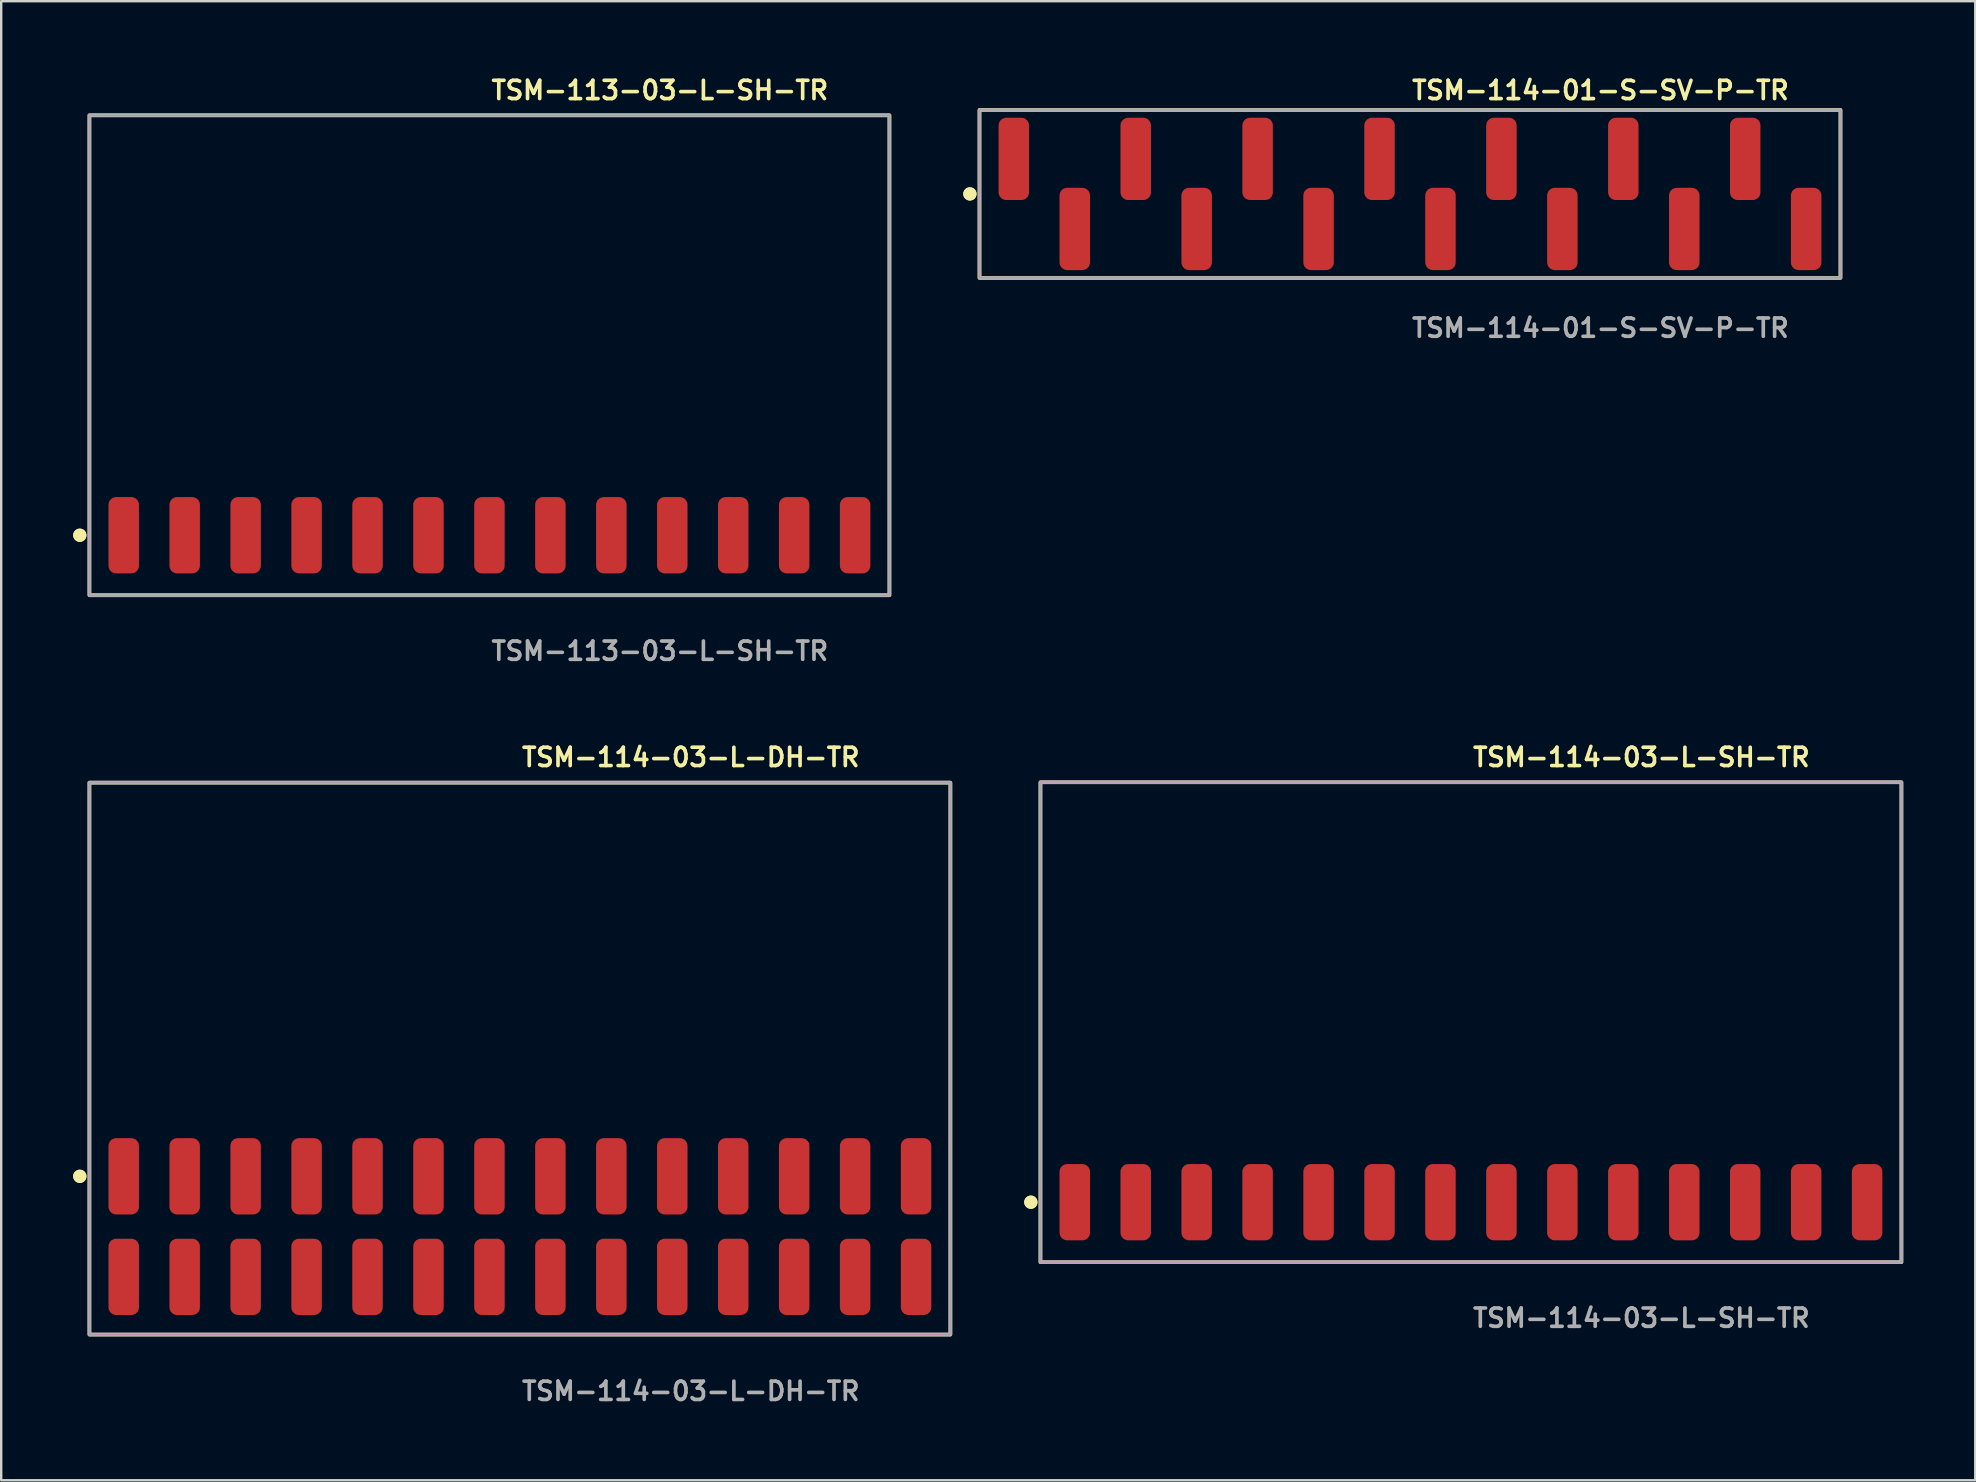
<source format=kicad_pcb>
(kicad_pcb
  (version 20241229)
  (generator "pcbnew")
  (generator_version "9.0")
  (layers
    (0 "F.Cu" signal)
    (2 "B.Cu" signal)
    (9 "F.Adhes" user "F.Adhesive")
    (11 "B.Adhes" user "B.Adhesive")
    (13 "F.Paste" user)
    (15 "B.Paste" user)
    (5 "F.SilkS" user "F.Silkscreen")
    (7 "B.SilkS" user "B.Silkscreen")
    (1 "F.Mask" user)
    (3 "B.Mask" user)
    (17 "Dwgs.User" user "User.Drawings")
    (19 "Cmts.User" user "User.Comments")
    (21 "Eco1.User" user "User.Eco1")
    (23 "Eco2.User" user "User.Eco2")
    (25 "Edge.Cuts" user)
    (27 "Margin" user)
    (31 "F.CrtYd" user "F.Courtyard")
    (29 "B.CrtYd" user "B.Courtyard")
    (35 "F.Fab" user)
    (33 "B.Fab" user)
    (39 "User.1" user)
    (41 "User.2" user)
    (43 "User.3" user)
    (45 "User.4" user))
  (footprint "TSM-114-01-S-SV-P-TR"
    (layer "F.Cu")
    (at 55.709 5.031)
    (property "Reference" "TSM-114-01-S-SV-P-TR" (at 0 -4.318 0) (unlocked yes) (layer "F.SilkS") (effects (font (size 0.762 0.762) (thickness 0.152)) (justify left)))
    (fp_rect (start -17.94 3.5) (end 17.94 -3.5) (stroke (width 0.152) (type solid)) (fill no) (layer "F.SilkS"))
    (fp_circle (center -18.34 0) (end -18.54 0) (stroke (width 0.152) (type solid)) (fill yes) (layer "F.SilkS"))
    (fp_circle (center -18.34 0) (end -18.54 0) (stroke (width 0.152) (type solid)) (fill yes) (layer "F.SilkS"))
    (fp_rect (start -17.94 3.5) (end 17.94 -3.5) (stroke (width 0.006) (type solid)) (fill no) (layer "F.CrtYd"))
    (fp_rect (start -17.94 3.5) (end 17.94 -3.5) (stroke (width 0.152) (type solid)) (fill no) (layer "F.Fab"))
    (fp_text user "${REFERENCE}" (at 0 5.588 0) (unlocked yes) (layer "F.Fab") (effects (font (size 0.762 0.762) (thickness 0.152)) (justify left)))
    (pad "1" smd roundrect (at -16.51 -1.46) (size 1.27 3.43) (layers "F.Cu" "F.Paste") (roundrect_rratio 0.25))
    (pad "2" smd roundrect (at -13.97 1.46) (size 1.27 3.43) (layers "F.Cu" "F.Paste") (roundrect_rratio 0.25))
    (pad "3" smd roundrect (at -11.43 -1.46) (size 1.27 3.43) (layers "F.Cu" "F.Paste") (roundrect_rratio 0.25))
    (pad "4" smd roundrect (at -8.89 1.46) (size 1.27 3.43) (layers "F.Cu" "F.Paste") (roundrect_rratio 0.25))
    (pad "5" smd roundrect (at -6.35 -1.46) (size 1.27 3.43) (layers "F.Cu" "F.Paste") (roundrect_rratio 0.25))
    (pad "6" smd roundrect (at -3.81 1.46) (size 1.27 3.43) (layers "F.Cu" "F.Paste") (roundrect_rratio 0.25))
    (pad "7" smd roundrect (at -1.27 -1.46) (size 1.27 3.43) (layers "F.Cu" "F.Paste") (roundrect_rratio 0.25))
    (pad "8" smd roundrect (at 1.27 1.46) (size 1.27 3.43) (layers "F.Cu" "F.Paste") (roundrect_rratio 0.25))
    (pad "9" smd roundrect (at 3.81 -1.46) (size 1.27 3.43) (layers "F.Cu" "F.Paste") (roundrect_rratio 0.25))
    (pad "10" smd roundrect (at 6.35 1.46) (size 1.27 3.43) (layers "F.Cu" "F.Paste") (roundrect_rratio 0.25))
    (pad "11" smd roundrect (at 8.89 -1.46) (size 1.27 3.43) (layers "F.Cu" "F.Paste") (roundrect_rratio 0.25))
    (pad "12" smd roundrect (at 11.43 1.46) (size 1.27 3.43) (layers "F.Cu" "F.Paste") (roundrect_rratio 0.25))
    (pad "13" smd roundrect (at 13.97 -1.46) (size 1.27 3.43) (layers "F.Cu" "F.Paste") (roundrect_rratio 0.25))
    (pad "14" smd roundrect (at 16.51 1.46) (size 1.27 3.43) (layers "F.Cu" "F.Paste") (roundrect_rratio 0.25)))
  (footprint "TSM-114-03-L-SH-TR"
    (layer "F.Cu")
    (at 58.249 47.05)
    (property "Reference" "TSM-114-03-L-SH-TR" (at 0 -18.542 0) (unlocked yes) (layer "F.SilkS") (effects (font (size 0.762 0.762) (thickness 0.152)) (justify left)))
    (fp_rect (start -17.94 2.5) (end 17.94 -17.5) (stroke (width 0.152) (type solid)) (fill no) (layer "F.SilkS"))
    (fp_circle (center -18.34 0) (end -18.54 0) (stroke (width 0.152) (type solid)) (fill yes) (layer "F.SilkS"))
    (fp_circle (center -18.34 0) (end -18.54 0) (stroke (width 0.152) (type solid)) (fill yes) (layer "F.SilkS"))
    (fp_rect (start -17.94 2.5) (end 17.94 -17.5) (stroke (width 0.006) (type solid)) (fill no) (layer "F.CrtYd"))
    (fp_rect (start -17.94 2.5) (end 17.94 -17.5) (stroke (width 0.152) (type solid)) (fill no) (layer "F.Fab"))
    (fp_text user "${REFERENCE}" (at 0 4.826 0) (unlocked yes) (layer "F.Fab") (effects (font (size 0.762 0.762) (thickness 0.152)) (justify left)))
    (pad "1" smd roundrect (at -16.51 0) (size 1.27 3.18) (layers "F.Cu" "F.Paste") (roundrect_rratio 0.25))
    (pad "2" smd roundrect (at -13.97 0) (size 1.27 3.18) (layers "F.Cu" "F.Paste") (roundrect_rratio 0.25))
    (pad "3" smd roundrect (at -11.43 0) (size 1.27 3.18) (layers "F.Cu" "F.Paste") (roundrect_rratio 0.25))
    (pad "4" smd roundrect (at -8.89 0) (size 1.27 3.18) (layers "F.Cu" "F.Paste") (roundrect_rratio 0.25))
    (pad "5" smd roundrect (at -6.35 0) (size 1.27 3.18) (layers "F.Cu" "F.Paste") (roundrect_rratio 0.25))
    (pad "6" smd roundrect (at -3.81 0) (size 1.27 3.18) (layers "F.Cu" "F.Paste") (roundrect_rratio 0.25))
    (pad "7" smd roundrect (at -1.27 0) (size 1.27 3.18) (layers "F.Cu" "F.Paste") (roundrect_rratio 0.25))
    (pad "8" smd roundrect (at 1.27 0) (size 1.27 3.18) (layers "F.Cu" "F.Paste") (roundrect_rratio 0.25))
    (pad "9" smd roundrect (at 3.81 0) (size 1.27 3.18) (layers "F.Cu" "F.Paste") (roundrect_rratio 0.25))
    (pad "10" smd roundrect (at 6.35 0) (size 1.27 3.18) (layers "F.Cu" "F.Paste") (roundrect_rratio 0.25))
    (pad "11" smd roundrect (at 8.89 0) (size 1.27 3.18) (layers "F.Cu" "F.Paste") (roundrect_rratio 0.25))
    (pad "12" smd roundrect (at 11.43 0) (size 1.27 3.18) (layers "F.Cu" "F.Paste") (roundrect_rratio 0.25))
    (pad "13" smd roundrect (at 13.97 0) (size 1.27 3.18) (layers "F.Cu" "F.Paste") (roundrect_rratio 0.25))
    (pad "14" smd roundrect (at 16.51 0) (size 1.27 3.18) (layers "F.Cu" "F.Paste") (roundrect_rratio 0.25)))
  (footprint "TSM-114-03-L-DH-TR"
    (layer "F.Cu")
    (at 18.616 48.066)
    (property "Reference" "TSM-114-03-L-DH-TR" (at 0 -19.558 0) (unlocked yes) (layer "F.SilkS") (effects (font (size 0.762 0.762) (thickness 0.152)) (justify left)))
    (fp_rect (start -17.94 4.5) (end 17.94 -18.5) (stroke (width 0.152) (type solid)) (fill no) (layer "F.SilkS"))
    (fp_circle (center -18.34 -2.095) (end -18.54 -2.095) (stroke (width 0.152) (type solid)) (fill yes) (layer "F.SilkS"))
    (fp_circle (center -18.34 -2.095) (end -18.54 -2.095) (stroke (width 0.152) (type solid)) (fill yes) (layer "F.SilkS"))
    (fp_rect (start -17.94 4.5) (end 17.94 -18.5) (stroke (width 0.006) (type solid)) (fill no) (layer "F.CrtYd"))
    (fp_rect (start -17.94 4.5) (end 17.94 -18.5) (stroke (width 0.152) (type solid)) (fill no) (layer "F.Fab"))
    (fp_text user "${REFERENCE}" (at 0 6.858 0) (unlocked yes) (layer "F.Fab") (effects (font (size 0.762 0.762) (thickness 0.152)) (justify left)))
    (pad "1" smd roundrect (at -16.51 2.095) (size 1.27 3.18) (layers "F.Cu" "F.Paste") (roundrect_rratio 0.25))
    (pad "2" smd roundrect (at -16.51 -2.095) (size 1.27 3.18) (layers "F.Cu" "F.Paste") (roundrect_rratio 0.25))
    (pad "3" smd roundrect (at -13.97 2.095) (size 1.27 3.18) (layers "F.Cu" "F.Paste") (roundrect_rratio 0.25))
    (pad "4" smd roundrect (at -13.97 -2.095) (size 1.27 3.18) (layers "F.Cu" "F.Paste") (roundrect_rratio 0.25))
    (pad "5" smd roundrect (at -11.43 2.095) (size 1.27 3.18) (layers "F.Cu" "F.Paste") (roundrect_rratio 0.25))
    (pad "6" smd roundrect (at -11.43 -2.095) (size 1.27 3.18) (layers "F.Cu" "F.Paste") (roundrect_rratio 0.25))
    (pad "7" smd roundrect (at -8.89 2.095) (size 1.27 3.18) (layers "F.Cu" "F.Paste") (roundrect_rratio 0.25))
    (pad "8" smd roundrect (at -8.89 -2.095) (size 1.27 3.18) (layers "F.Cu" "F.Paste") (roundrect_rratio 0.25))
    (pad "9" smd roundrect (at -6.35 2.095) (size 1.27 3.18) (layers "F.Cu" "F.Paste") (roundrect_rratio 0.25))
    (pad "10" smd roundrect (at -6.35 -2.095) (size 1.27 3.18) (layers "F.Cu" "F.Paste") (roundrect_rratio 0.25))
    (pad "11" smd roundrect (at -3.81 2.095) (size 1.27 3.18) (layers "F.Cu" "F.Paste") (roundrect_rratio 0.25))
    (pad "12" smd roundrect (at -3.81 -2.095) (size 1.27 3.18) (layers "F.Cu" "F.Paste") (roundrect_rratio 0.25))
    (pad "13" smd roundrect (at -1.27 2.095) (size 1.27 3.18) (layers "F.Cu" "F.Paste") (roundrect_rratio 0.25))
    (pad "14" smd roundrect (at -1.27 -2.095) (size 1.27 3.18) (layers "F.Cu" "F.Paste") (roundrect_rratio 0.25))
    (pad "15" smd roundrect (at 1.27 2.095) (size 1.27 3.18) (layers "F.Cu" "F.Paste") (roundrect_rratio 0.25))
    (pad "16" smd roundrect (at 1.27 -2.095) (size 1.27 3.18) (layers "F.Cu" "F.Paste") (roundrect_rratio 0.25))
    (pad "17" smd roundrect (at 3.81 2.095) (size 1.27 3.18) (layers "F.Cu" "F.Paste") (roundrect_rratio 0.25))
    (pad "18" smd roundrect (at 3.81 -2.095) (size 1.27 3.18) (layers "F.Cu" "F.Paste") (roundrect_rratio 0.25))
    (pad "19" smd roundrect (at 6.35 2.095) (size 1.27 3.18) (layers "F.Cu" "F.Paste") (roundrect_rratio 0.25))
    (pad "20" smd roundrect (at 6.35 -2.095) (size 1.27 3.18) (layers "F.Cu" "F.Paste") (roundrect_rratio 0.25))
    (pad "21" smd roundrect (at 8.89 2.095) (size 1.27 3.18) (layers "F.Cu" "F.Paste") (roundrect_rratio 0.25))
    (pad "22" smd roundrect (at 8.89 -2.095) (size 1.27 3.18) (layers "F.Cu" "F.Paste") (roundrect_rratio 0.25))
    (pad "23" smd roundrect (at 11.43 2.095) (size 1.27 3.18) (layers "F.Cu" "F.Paste") (roundrect_rratio 0.25))
    (pad "24" smd roundrect (at 11.43 -2.095) (size 1.27 3.18) (layers "F.Cu" "F.Paste") (roundrect_rratio 0.25))
    (pad "25" smd roundrect (at 13.97 2.095) (size 1.27 3.18) (layers "F.Cu" "F.Paste") (roundrect_rratio 0.25))
    (pad "26" smd roundrect (at 13.97 -2.095) (size 1.27 3.18) (layers "F.Cu" "F.Paste") (roundrect_rratio 0.25))
    (pad "27" smd roundrect (at 16.51 2.095) (size 1.27 3.18) (layers "F.Cu" "F.Paste") (roundrect_rratio 0.25))
    (pad "28" smd roundrect (at 16.51 -2.095) (size 1.27 3.18) (layers "F.Cu" "F.Paste") (roundrect_rratio 0.25)))
  (footprint "TSM-113-03-L-SH-TR"
    (layer "F.Cu")
    (at 17.346 19.255)
    (property "Reference" "TSM-113-03-L-SH-TR" (at 0 -18.542 0) (unlocked yes) (layer "F.SilkS") (effects (font (size 0.762 0.762) (thickness 0.152)) (justify left)))
    (fp_rect (start -16.67 2.5) (end 16.67 -17.5) (stroke (width 0.152) (type solid)) (fill no) (layer "F.SilkS"))
    (fp_circle (center -17.07 0) (end -17.27 0) (stroke (width 0.152) (type solid)) (fill yes) (layer "F.SilkS"))
    (fp_circle (center -17.07 0) (end -17.27 0) (stroke (width 0.152) (type solid)) (fill yes) (layer "F.SilkS"))
    (fp_rect (start -16.67 2.5) (end 16.67 -17.5) (stroke (width 0.006) (type solid)) (fill no) (layer "F.CrtYd"))
    (fp_rect (start -16.67 2.5) (end 16.67 -17.5) (stroke (width 0.152) (type solid)) (fill no) (layer "F.Fab"))
    (fp_text user "${REFERENCE}" (at 0 4.826 0) (unlocked yes) (layer "F.Fab") (effects (font (size 0.762 0.762) (thickness 0.152)) (justify left)))
    (pad "1" smd roundrect (at -15.24 0) (size 1.27 3.18) (layers "F.Cu" "F.Paste") (roundrect_rratio 0.25))
    (pad "2" smd roundrect (at -12.7 0) (size 1.27 3.18) (layers "F.Cu" "F.Paste") (roundrect_rratio 0.25))
    (pad "3" smd roundrect (at -10.16 0) (size 1.27 3.18) (layers "F.Cu" "F.Paste") (roundrect_rratio 0.25))
    (pad "4" smd roundrect (at -7.62 0) (size 1.27 3.18) (layers "F.Cu" "F.Paste") (roundrect_rratio 0.25))
    (pad "5" smd roundrect (at -5.08 0) (size 1.27 3.18) (layers "F.Cu" "F.Paste") (roundrect_rratio 0.25))
    (pad "6" smd roundrect (at -2.54 0) (size 1.27 3.18) (layers "F.Cu" "F.Paste") (roundrect_rratio 0.25))
    (pad "7" smd roundrect (at 0 0) (size 1.27 3.18) (layers "F.Cu" "F.Paste") (roundrect_rratio 0.25))
    (pad "8" smd roundrect (at 2.54 0) (size 1.27 3.18) (layers "F.Cu" "F.Paste") (roundrect_rratio 0.25))
    (pad "9" smd roundrect (at 5.08 0) (size 1.27 3.18) (layers "F.Cu" "F.Paste") (roundrect_rratio 0.25))
    (pad "10" smd roundrect (at 7.62 0) (size 1.27 3.18) (layers "F.Cu" "F.Paste") (roundrect_rratio 0.25))
    (pad "11" smd roundrect (at 10.16 0) (size 1.27 3.18) (layers "F.Cu" "F.Paste") (roundrect_rratio 0.25))
    (pad "12" smd roundrect (at 12.7 0) (size 1.27 3.18) (layers "F.Cu" "F.Paste") (roundrect_rratio 0.25))
    (pad "13" smd roundrect (at 15.24 0) (size 1.27 3.18) (layers "F.Cu" "F.Paste") (roundrect_rratio 0.25)))
  (gr_rect
    (start -3 -3)
    (end 79.265 58.637)
    (stroke (width 0.1) (type default))
    (fill no)
    (layer "Edge.Cuts")))
</source>
